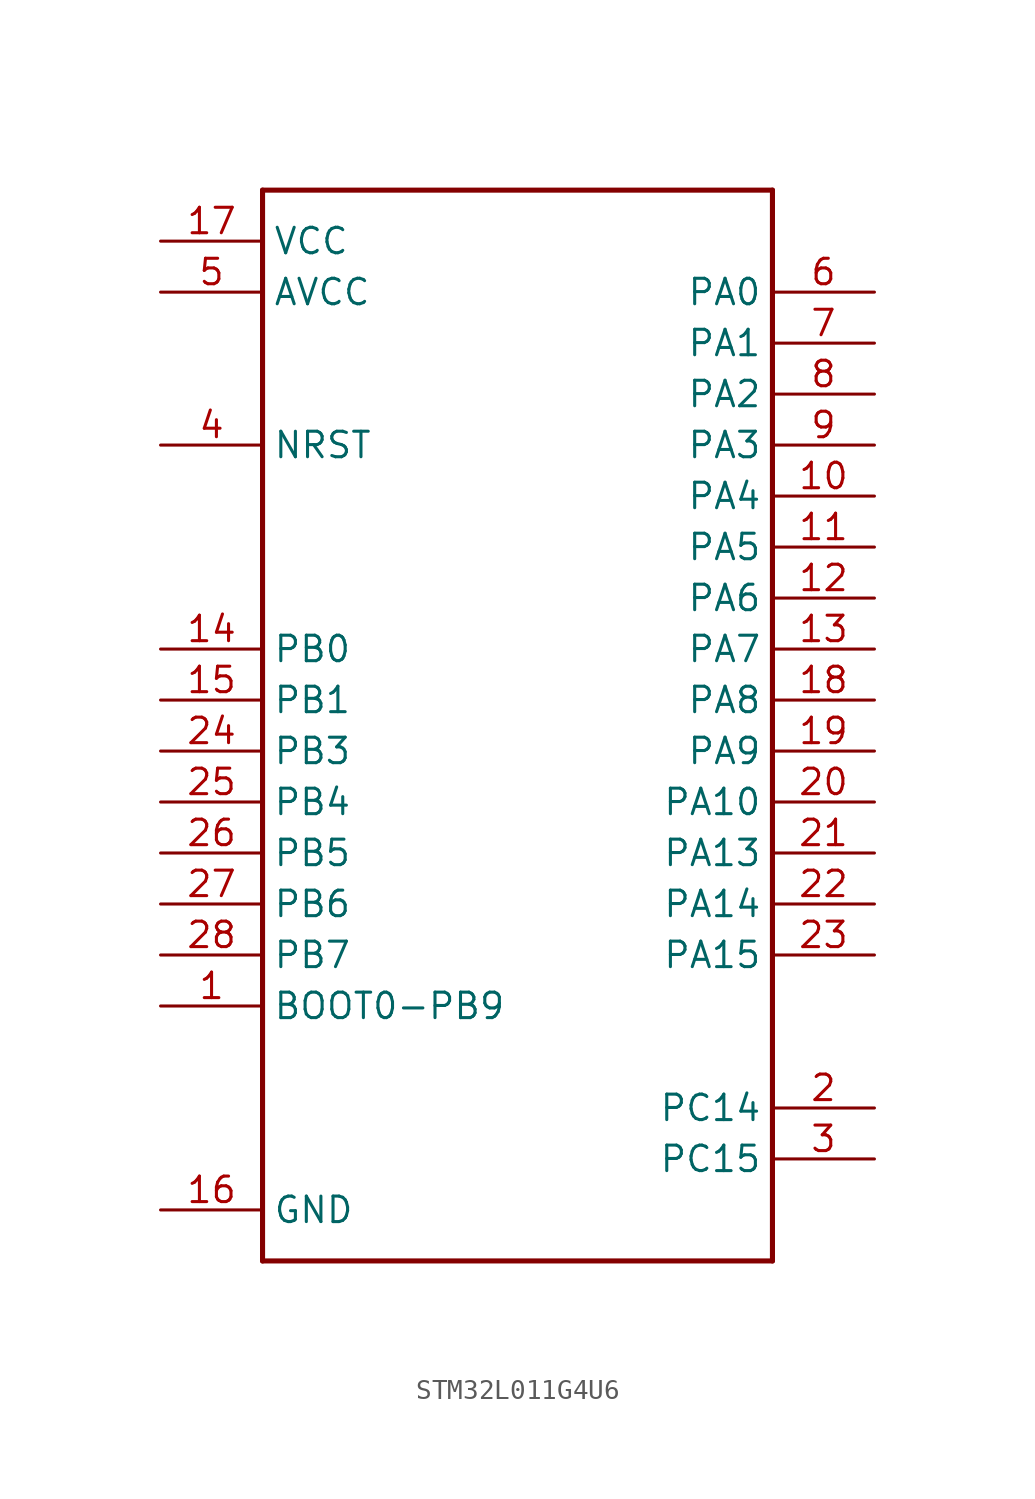
<source format=kicad_sym>
(kicad_symbol_lib
  (version 20210619)
  (generator kicad_symbol_editor)
  (symbol "STM32L011G4U6"
    (property "Reference" ""
      (at 0 0 0)
      (effects (font (size 1.27 1.27)) hide))
    (property "ki_locked" ""
      (at 0 0 0)
      (effects (font (size 1.27 1.27))))
    (symbol "STM32L011G4U6_1_0"
      (polyline (pts (xy -12.7 -27.94) (xy -12.7 25.4)) (stroke (width 0.254)) (fill (type none)))
      (polyline (pts (xy -12.7 25.4) (xy 12.7 25.4)) (stroke (width 0.254)) (fill (type none)))
      (polyline (pts (xy 12.7 -27.94) (xy -12.7 -27.94)) (stroke (width 0.254)) (fill (type none)))
      (polyline (pts (xy 12.7 25.4) (xy 12.7 -27.94)) (stroke (width 0.254)) (fill (type none)))
      (pin bidirectional line (at -17.78 -15.24 0) (length 5.08) (name "BOOT0-PB9" (effects (font (size 1.27 1.27)))) (number "1" (effects (font (size 1.27 1.27)))))
      (pin bidirectional line (at 17.78 10.16 180) (length 5.08) (name "PA4" (effects (font (size 1.27 1.27)))) (number "10" (effects (font (size 1.27 1.27)))))
      (pin bidirectional line (at 17.78 7.62 180) (length 5.08) (name "PA5" (effects (font (size 1.27 1.27)))) (number "11" (effects (font (size 1.27 1.27)))))
      (pin bidirectional line (at 17.78 5.08 180) (length 5.08) (name "PA6" (effects (font (size 1.27 1.27)))) (number "12" (effects (font (size 1.27 1.27)))))
      (pin bidirectional line (at 17.78 2.54 180) (length 5.08) (name "PA7" (effects (font (size 1.27 1.27)))) (number "13" (effects (font (size 1.27 1.27)))))
      (pin bidirectional line (at -17.78 2.54 0) (length 5.08) (name "PB0" (effects (font (size 1.27 1.27)))) (number "14" (effects (font (size 1.27 1.27)))))
      (pin bidirectional line (at -17.78 0 0) (length 5.08) (name "PB1" (effects (font (size 1.27 1.27)))) (number "15" (effects (font (size 1.27 1.27)))))
      (pin bidirectional line (at -17.78 -25.4 0) (length 5.08) (name "GND" (effects (font (size 1.27 1.27)))) (number "16" (effects (font (size 1.27 1.27)))))
      (pin bidirectional line (at -17.78 22.86 0) (length 5.08) (name "VCC" (effects (font (size 1.27 1.27)))) (number "17" (effects (font (size 1.27 1.27)))))
      (pin bidirectional line (at 17.78 0 180) (length 5.08) (name "PA8" (effects (font (size 1.27 1.27)))) (number "18" (effects (font (size 1.27 1.27)))))
      (pin bidirectional line (at 17.78 -2.54 180) (length 5.08) (name "PA9" (effects (font (size 1.27 1.27)))) (number "19" (effects (font (size 1.27 1.27)))))
      (pin bidirectional line (at 17.78 -20.32 180) (length 5.08) (name "PC14" (effects (font (size 1.27 1.27)))) (number "2" (effects (font (size 1.27 1.27)))))
      (pin bidirectional line (at 17.78 -5.08 180) (length 5.08) (name "PA10" (effects (font (size 1.27 1.27)))) (number "20" (effects (font (size 1.27 1.27)))))
      (pin bidirectional line (at 17.78 -7.62 180) (length 5.08) (name "PA13" (effects (font (size 1.27 1.27)))) (number "21" (effects (font (size 1.27 1.27)))))
      (pin bidirectional line (at 17.78 -10.16 180) (length 5.08) (name "PA14" (effects (font (size 1.27 1.27)))) (number "22" (effects (font (size 1.27 1.27)))))
      (pin bidirectional line (at 17.78 -12.7 180) (length 5.08) (name "PA15" (effects (font (size 1.27 1.27)))) (number "23" (effects (font (size 1.27 1.27)))))
      (pin bidirectional line (at -17.78 -2.54 0) (length 5.08) (name "PB3" (effects (font (size 1.27 1.27)))) (number "24" (effects (font (size 1.27 1.27)))))
      (pin bidirectional line (at -17.78 -5.08 0) (length 5.08) (name "PB4" (effects (font (size 1.27 1.27)))) (number "25" (effects (font (size 1.27 1.27)))))
      (pin bidirectional line (at -17.78 -7.62 0) (length 5.08) (name "PB5" (effects (font (size 1.27 1.27)))) (number "26" (effects (font (size 1.27 1.27)))))
      (pin bidirectional line (at -17.78 -10.16 0) (length 5.08) (name "PB6" (effects (font (size 1.27 1.27)))) (number "27" (effects (font (size 1.27 1.27)))))
      (pin bidirectional line (at -17.78 -12.7 0) (length 5.08) (name "PB7" (effects (font (size 1.27 1.27)))) (number "28" (effects (font (size 1.27 1.27)))))
      (pin bidirectional line (at 17.78 -22.86 180) (length 5.08) (name "PC15" (effects (font (size 1.27 1.27)))) (number "3" (effects (font (size 1.27 1.27)))))
      (pin bidirectional line (at -17.78 12.7 0) (length 5.08) (name "NRST" (effects (font (size 1.27 1.27)))) (number "4" (effects (font (size 1.27 1.27)))))
      (pin bidirectional line (at -17.78 20.32 0) (length 5.08) (name "AVCC" (effects (font (size 1.27 1.27)))) (number "5" (effects (font (size 1.27 1.27)))))
      (pin bidirectional line (at 17.78 20.32 180) (length 5.08) (name "PA0" (effects (font (size 1.27 1.27)))) (number "6" (effects (font (size 1.27 1.27)))))
      (pin bidirectional line (at 17.78 17.78 180) (length 5.08) (name "PA1" (effects (font (size 1.27 1.27)))) (number "7" (effects (font (size 1.27 1.27)))))
      (pin bidirectional line (at 17.78 15.24 180) (length 5.08) (name "PA2" (effects (font (size 1.27 1.27)))) (number "8" (effects (font (size 1.27 1.27)))))
      (pin bidirectional line (at 17.78 12.7 180) (length 5.08) (name "PA3" (effects (font (size 1.27 1.27)))) (number "9" (effects (font (size 1.27 1.27))))))))
</source>
